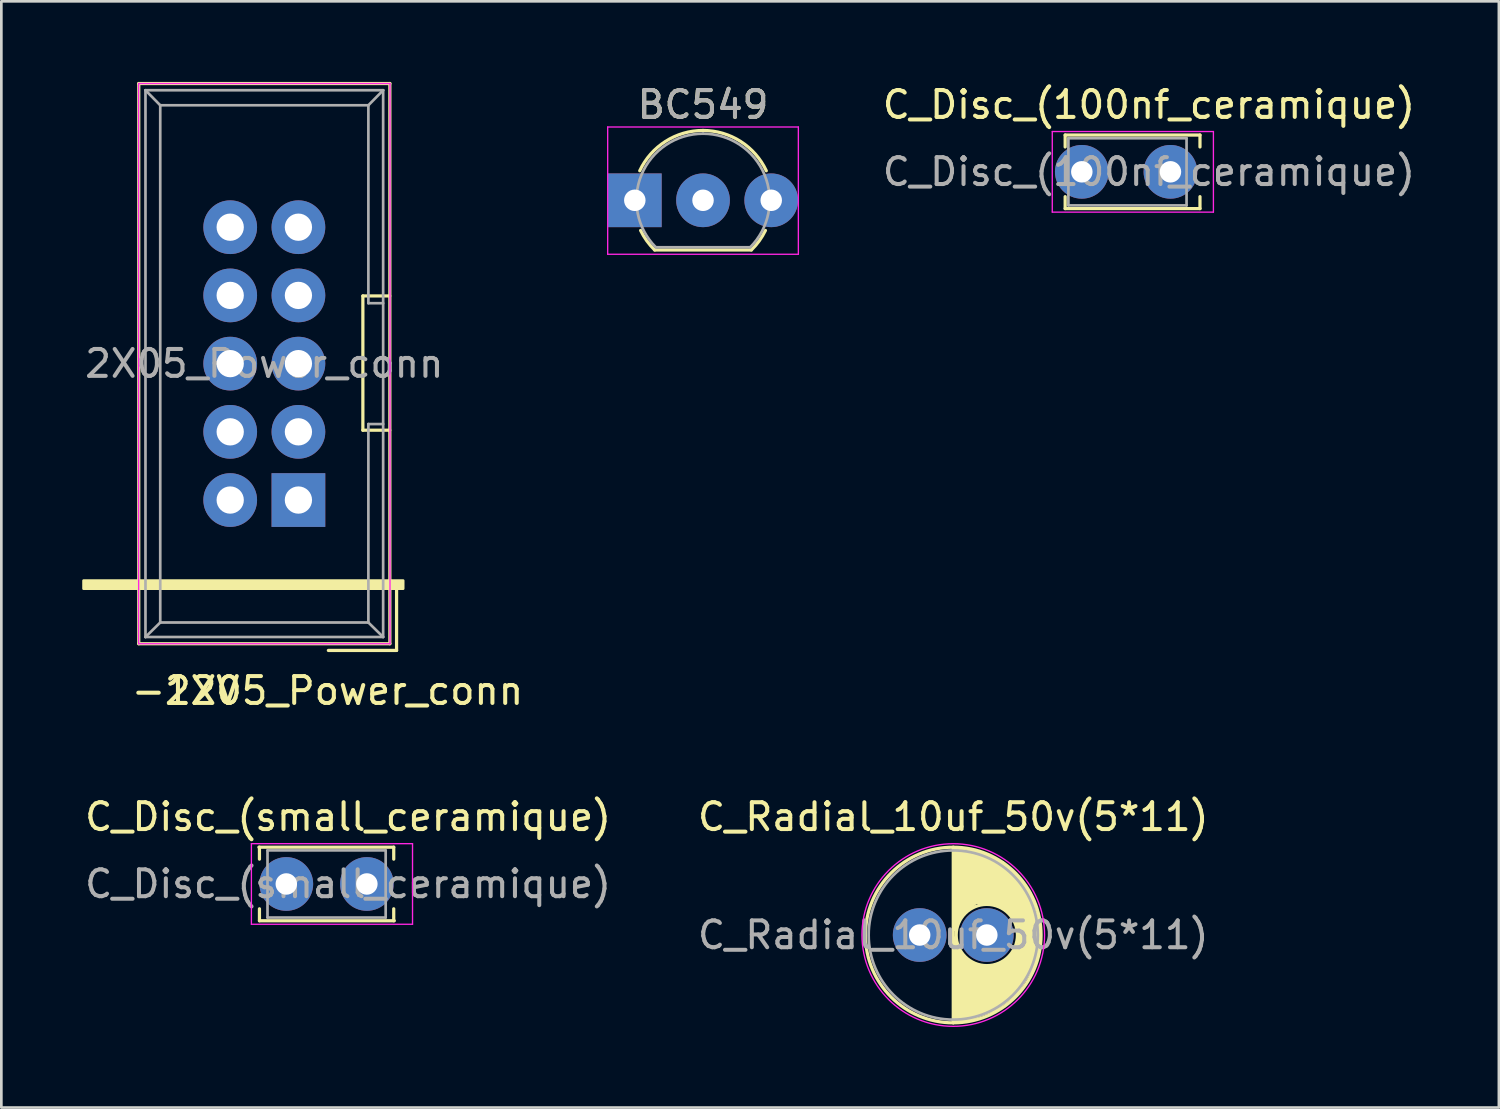
<source format=kicad_pcb>
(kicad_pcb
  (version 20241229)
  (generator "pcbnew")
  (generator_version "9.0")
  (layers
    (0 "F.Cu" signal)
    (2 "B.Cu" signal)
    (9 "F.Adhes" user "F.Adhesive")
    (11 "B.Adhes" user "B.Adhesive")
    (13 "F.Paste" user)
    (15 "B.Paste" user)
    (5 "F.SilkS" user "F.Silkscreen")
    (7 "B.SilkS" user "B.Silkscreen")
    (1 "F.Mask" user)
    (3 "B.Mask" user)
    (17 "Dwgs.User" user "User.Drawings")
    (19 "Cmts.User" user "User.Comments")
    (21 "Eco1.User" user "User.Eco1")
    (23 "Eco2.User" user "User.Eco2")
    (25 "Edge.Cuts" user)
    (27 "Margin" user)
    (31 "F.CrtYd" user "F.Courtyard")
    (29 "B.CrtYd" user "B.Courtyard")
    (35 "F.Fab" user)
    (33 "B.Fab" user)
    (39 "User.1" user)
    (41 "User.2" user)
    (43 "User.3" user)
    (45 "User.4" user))
  (footprint "2X05_Power_conn"
    (layer "F.Cu")
    (at 7.962 15.47)
    (property "Reference" "2X05_Power_conn" (at 1.8 7.2 180) (layer "F.SilkS") (effects (font (size 1 1) (thickness 0.15))))
    (attr through_hole)
    (fp_line (start -5.845 -15.41) (end 3.505 -15.41) (stroke (width 0.12) (type solid)) (layer "F.SilkS"))
    (fp_line (start -5.845 5.45) (end -5.845 -15.41) (stroke (width 0.12) (type solid)) (layer "F.SilkS"))
    (fp_line (start 2.5 -7.5) (end 2.5 -2.5) (stroke (width 0.12) (type solid)) (layer "F.SilkS"))
    (fp_line (start 2.5 -2.5) (end 3.5 -2.5) (stroke (width 0.12) (type solid)) (layer "F.SilkS"))
    (fp_line (start 3.5 -7.5) (end 2.5 -7.5) (stroke (width 0.12) (type solid)) (layer "F.SilkS"))
    (fp_line (start 3.505 -15.41) (end 3.505 5.45) (stroke (width 0.12) (type solid)) (layer "F.SilkS"))
    (fp_line (start 3.505 5.45) (end -5.845 5.45) (stroke (width 0.12) (type solid)) (layer "F.SilkS"))
    (fp_line (start 3.755 5.7) (end 1.215 5.7) (stroke (width 0.12) (type solid)) (layer "F.SilkS"))
    (fp_line (start 3.755 5.7) (end 3.755 3.16) (stroke (width 0.12) (type solid)) (layer "F.SilkS"))
    (fp_poly (pts (xy -7.9 3.1) (xy 4 3.1) (xy 4 3.4) (xy -7.9 3.4)) (stroke (width 0.1) (type solid)) (fill yes) (layer "F.SilkS"))
    (fp_line (start -5.85 -15.41) (end 3.51 -15.41) (stroke (width 0.05) (type solid)) (layer "F.CrtYd"))
    (fp_line (start -5.85 5.45) (end -5.85 -15.41) (stroke (width 0.05) (type solid)) (layer "F.CrtYd"))
    (fp_line (start 3.51 -15.41) (end 3.51 5.45) (stroke (width 0.05) (type solid)) (layer "F.CrtYd"))
    (fp_line (start 3.51 5.45) (end -5.85 5.45) (stroke (width 0.05) (type solid)) (layer "F.CrtYd"))
    (fp_line (start -5.595 -15.16) (end -5.045 -14.6) (stroke (width 0.1) (type solid)) (layer "F.Fab"))
    (fp_line (start -5.595 -15.16) (end 3.255 -15.16) (stroke (width 0.1) (type solid)) (layer "F.Fab"))
    (fp_line (start -5.595 5.2) (end -5.595 -15.16) (stroke (width 0.1) (type solid)) (layer "F.Fab"))
    (fp_line (start -5.595 5.2) (end -5.045 4.66) (stroke (width 0.1) (type solid)) (layer "F.Fab"))
    (fp_line (start -5.595 5.2) (end 3.255 5.2) (stroke (width 0.1) (type solid)) (layer "F.Fab"))
    (fp_line (start -5.045 -14.6) (end 2.705 -14.6) (stroke (width 0.1) (type solid)) (layer "F.Fab"))
    (fp_line (start -5.045 4.66) (end -5.045 -14.6) (stroke (width 0.1) (type solid)) (layer "F.Fab"))
    (fp_line (start -5.045 4.66) (end 2.705 4.66) (stroke (width 0.1) (type solid)) (layer "F.Fab"))
    (fp_line (start 2.705 -7.23) (end 2.705 -14.6) (stroke (width 0.1) (type solid)) (layer "F.Fab"))
    (fp_line (start 2.705 -7.23) (end 3.255 -7.23) (stroke (width 0.1) (type solid)) (layer "F.Fab"))
    (fp_line (start 2.705 -2.73) (end 3.255 -2.73) (stroke (width 0.1) (type solid)) (layer "F.Fab"))
    (fp_line (start 2.705 4.66) (end 2.705 -2.73) (stroke (width 0.1) (type solid)) (layer "F.Fab"))
    (fp_line (start 3.255 -15.16) (end 2.705 -14.6) (stroke (width 0.1) (type solid)) (layer "F.Fab"))
    (fp_line (start 3.255 5.2) (end 2.705 4.66) (stroke (width 0.1) (type solid)) (layer "F.Fab"))
    (fp_line (start 3.255 5.2) (end 3.255 -15.16) (stroke (width 0.1) (type solid)) (layer "F.Fab"))
    (fp_text user "-12V" (at -4.1 7.2 0) (layer "F.SilkS") (effects (font (size 1 1) (thickness 0.15))))
    (fp_text user "${REFERENCE}" (at -1.17 -4.98 180) (layer "F.Fab") (effects (font (size 1 1) (thickness 0.15))))
    (pad "1" thru_hole rect (at 0.1 0.1 180) (size 2 2) (drill 1.016) (layers "*.Cu" "*.Mask"))
    (pad "2" thru_hole circle (at -2.44 0.1 180) (size 2 2) (drill 1.016) (layers "*.Cu" "*.Mask"))
    (pad "3" thru_hole circle (at 0.1 -2.44 180) (size 2 2) (drill 1.016) (layers "*.Cu" "*.Mask"))
    (pad "4" thru_hole circle (at -2.44 -2.44 180) (size 2 2) (drill 1.016) (layers "*.Cu" "*.Mask"))
    (pad "5" thru_hole circle (at 0.1 -4.98 180) (size 2 2) (drill 1.016) (layers "*.Cu" "*.Mask"))
    (pad "6" thru_hole circle (at -2.44 -4.98 180) (size 2 2) (drill 1.016) (layers "*.Cu" "*.Mask"))
    (pad "7" thru_hole circle (at 0.1 -7.52 180) (size 2 2) (drill 1.016) (layers "*.Cu" "*.Mask"))
    (pad "8" thru_hole circle (at -2.44 -7.52 180) (size 2 2) (drill 1.016) (layers "*.Cu" "*.Mask"))
    (pad "9" thru_hole circle (at 0.1 -10.06 180) (size 2 2) (drill 1.016) (layers "*.Cu" "*.Mask"))
    (pad "10" thru_hole circle (at -2.44 -10.06 180) (size 2 2) (drill 1.016) (layers "*.Cu" "*.Mask")))
  (footprint "C_Disc_(small_ceramique)"
    (layer "F.Cu")
    (at 7.411 29.866)
    (property "Reference" "C_Disc_(small_ceramique)" (at 2.5 -2.5 0) (layer "F.SilkS") (effects (font (size 1 1) (thickness 0.15))))
    (attr through_hole)
    (fp_line (start -0.82 -1.37) (end 4.2 -1.37) (stroke (width 0.12) (type solid)) (layer "F.SilkS"))
    (fp_line (start -0.8 -1.37) (end -0.8 -0.925) (stroke (width 0.12) (type solid)) (layer "F.SilkS"))
    (fp_line (start -0.8 0.925) (end -0.8 1.37) (stroke (width 0.12) (type solid)) (layer "F.SilkS"))
    (fp_line (start -0.8 1.37) (end 4.22 1.37) (stroke (width 0.12) (type solid)) (layer "F.SilkS"))
    (fp_line (start 4.2 -1.37) (end 4.2 -0.925) (stroke (width 0.12) (type solid)) (layer "F.SilkS"))
    (fp_line (start 4.2 0.925) (end 4.2 1.37) (stroke (width 0.12) (type solid)) (layer "F.SilkS"))
    (fp_line (start -1.1 -1.5) (end -1.1 1.5) (stroke (width 0.05) (type solid)) (layer "F.CrtYd"))
    (fp_line (start -1.1 1.5) (end 4.9 1.5) (stroke (width 0.05) (type solid)) (layer "F.CrtYd"))
    (fp_line (start 4.9 -1.5) (end -1.1 -1.5) (stroke (width 0.05) (type solid)) (layer "F.CrtYd"))
    (fp_line (start 4.9 1.5) (end 4.9 -1.5) (stroke (width 0.05) (type solid)) (layer "F.CrtYd"))
    (fp_line (start -0.5 -1.25) (end -0.5 1.25) (stroke (width 0.1) (type solid)) (layer "F.Fab"))
    (fp_line (start -0.5 1.25) (end 3.9 1.25) (stroke (width 0.1) (type solid)) (layer "F.Fab"))
    (fp_line (start 3.9 -1.25) (end -0.5 -1.25) (stroke (width 0.1) (type solid)) (layer "F.Fab"))
    (fp_line (start 3.9 1.25) (end 3.9 -1.25) (stroke (width 0.1) (type solid)) (layer "F.Fab"))
    (fp_text user "${REFERENCE}" (at 2.5 0 0) (layer "F.Fab") (effects (font (size 1 1) (thickness 0.15))))
    (pad "1" thru_hole circle (at 0.2 0) (size 2 2) (drill 0.8) (layers "*.Cu" "*.Mask"))
    (pad "2" thru_hole circle (at 3.2 0) (size 2 2) (drill 0.8) (layers "*.Cu" "*.Mask")))
  (footprint "BC549"
    (layer "F.Cu")
    (at 20.588 4.408)
    (property "Reference" "BC549" (at 2.54 -3.56 0) (layer "F.SilkS") (effects (font (size 1 1) (thickness 0.15))))
    (attr through_hole)
    (fp_line (start 0.74 1.85) (end 4.34 1.85) (stroke (width 0.12) (type solid)) (layer "F.SilkS"))
    (fp_arc (start 0.1836 -1.098807) (mid 1.143021 -2.192817) (end 2.54 -2.6) (stroke (width 0.12) (type solid)) (layer "F.SilkS"))
    (fp_arc (start 0.74 1.85) (mid 0.446097 1.509328) (end 0.215816 1.122795) (stroke (width 0.12) (type solid)) (layer "F.SilkS"))
    (fp_arc (start 2.54 -2.6) (mid 3.936979 -2.192818) (end 4.8964 -1.098807) (stroke (width 0.12) (type solid)) (layer "F.SilkS"))
    (fp_arc (start 4.864184 1.122795) (mid 4.633903 1.509328) (end 4.34 1.85) (stroke (width 0.12) (type solid)) (layer "F.SilkS"))
    (fp_line (start -1.01 -2.73) (end -1.01 2.01) (stroke (width 0.05) (type solid)) (layer "F.CrtYd"))
    (fp_line (start -1.01 -2.73) (end 6.09 -2.73) (stroke (width 0.05) (type solid)) (layer "F.CrtYd"))
    (fp_line (start 6.09 2.01) (end -1.01 2.01) (stroke (width 0.05) (type solid)) (layer "F.CrtYd"))
    (fp_line (start 6.09 2.01) (end 6.09 -2.73) (stroke (width 0.05) (type solid)) (layer "F.CrtYd"))
    (fp_line (start 0.8 1.75) (end 4.3 1.75) (stroke (width 0.1) (type solid)) (layer "F.Fab"))
    (fp_arc (start 0.786375 1.753625) (mid 0.248779 -0.949055) (end 2.54 -2.48) (stroke (width 0.1) (type solid)) (layer "F.Fab"))
    (fp_arc (start 2.54 -2.48) (mid 4.831221 -0.949055) (end 4.293625 1.753625) (stroke (width 0.1) (type solid)) (layer "F.Fab"))
    (fp_text user "${REFERENCE}" (at 2.54 -3.56 0) (layer "F.Fab") (effects (font (size 1 1) (thickness 0.15))))
    (pad "1" thru_hole circle (at 5.08 0 90) (size 2 2) (drill 0.8) (layers "*.Cu" "*.Mask"))
    (pad "2" thru_hole circle (at 2.54 0 90) (size 2 2) (drill 0.8) (layers "*.Cu" "*.Mask"))
    (pad "3" thru_hole rect (at 0 0 90) (size 2 2) (drill 0.8) (layers "*.Cu" "*.Mask")))
  (footprint "C_Radial_10uf_50v(5*11)"
    (layer "F.Cu")
    (at 31.196 31.767)
    (property "Reference" "C_Radial_10uf_50v(5*11)" (at 1.25 -4.4 0) (layer "F.SilkS") (effects (font (size 1 1) (thickness 0.15))))
    (attr through_hole)
    (fp_line (start 1.25 -3.27) (end 1.25 3.27) (stroke (width 0.12) (type solid)) (layer "F.SilkS"))
    (fp_circle (center 1.25 0) (end 4.52 0) (stroke (width 0.12) (type solid)) (fill no) (layer "F.SilkS"))
    (fp_circle (center 2.5 0) (end 1.8 -0.9) (stroke (width 0.12) (type solid)) (fill no) (layer "F.SilkS"))
    (fp_poly (pts (xy 2.1 -3.1) (xy 3.1 -2.7) (xy 4.1 -1.6) (xy 4.5 -0.2) (xy 4.3 1.1) (xy 3.6 2.2) (xy 2.8 2.8) (xy 2 3.1) (xy 1.25 3.27) (xy 1.3 0.1) (xy 1.4 0.5) (xy 1.6 0.8) (xy 2 1.1) (xy 2.5 1.2) (xy 3 1.1) (xy 3.4 0.8) (xy 3.7 0.3) (xy 3.7 -0.3) (xy 3.3 -0.9) (xy 2.8 -1.2) (xy 2.1 -1.2) (xy 1.6 -0.8) (xy 1.3 -0.2) (xy 1.3 -3.2)) (stroke (width 0.1) (type solid)) (fill yes) (layer "F.SilkS"))
    (fp_circle (center 1.25 0) (end 4.65 0) (stroke (width 0.05) (type solid)) (fill no) (layer "F.CrtYd"))
    (fp_circle (center 1.25 0) (end 4.4 0) (stroke (width 0.1) (type solid)) (fill no) (layer "F.Fab"))
    (fp_text user "${REFERENCE}" (at 1.25 0 0) (layer "F.Fab") (effects (font (size 1 1) (thickness 0.15))))
    (pad "1" thru_hole circle (at 0 0) (size 2 2) (drill 0.8) (layers "*.Cu" "*.Mask"))
    (pad "2" thru_hole circle (at 2.5 0) (size 2 2) (drill 0.8) (layers "*.Cu" "*.Mask")))
  (footprint "C_Disc_(100nf_ceramique)"
    (layer "F.Cu")
    (at 37.233 3.348)
    (property "Reference" "C_Disc_(100nf_ceramique)" (at 2.5 -2.5 0) (layer "F.SilkS") (effects (font (size 1 1) (thickness 0.15))))
    (attr through_hole)
    (fp_line (start -0.62 -1.37) (end -0.62 -0.925) (stroke (width 0.12) (type solid)) (layer "F.SilkS"))
    (fp_line (start -0.62 -1.37) (end 4.4 -1.37) (stroke (width 0.12) (type solid)) (layer "F.SilkS"))
    (fp_line (start -0.62 0.925) (end -0.62 1.37) (stroke (width 0.12) (type solid)) (layer "F.SilkS"))
    (fp_line (start -0.62 1.37) (end 4.4 1.37) (stroke (width 0.12) (type solid)) (layer "F.SilkS"))
    (fp_line (start 4.4 -1.37) (end 4.4 -0.925) (stroke (width 0.12) (type solid)) (layer "F.SilkS"))
    (fp_line (start 4.4 0.925) (end 4.4 1.37) (stroke (width 0.12) (type solid)) (layer "F.SilkS"))
    (fp_line (start -1.1 -1.5) (end -1.1 1.5) (stroke (width 0.05) (type solid)) (layer "F.CrtYd"))
    (fp_line (start -1.1 1.5) (end 4.9 1.5) (stroke (width 0.05) (type solid)) (layer "F.CrtYd"))
    (fp_line (start 4.9 -1.5) (end -1.1 -1.5) (stroke (width 0.05) (type solid)) (layer "F.CrtYd"))
    (fp_line (start 4.9 1.5) (end 4.9 -1.5) (stroke (width 0.05) (type solid)) (layer "F.CrtYd"))
    (fp_line (start -0.5 -1.25) (end -0.5 1.25) (stroke (width 0.1) (type solid)) (layer "F.Fab"))
    (fp_line (start -0.5 1.25) (end 3.9 1.25) (stroke (width 0.1) (type solid)) (layer "F.Fab"))
    (fp_line (start 3.9 -1.25) (end -0.5 -1.25) (stroke (width 0.1) (type solid)) (layer "F.Fab"))
    (fp_line (start 3.9 1.25) (end 3.9 -1.25) (stroke (width 0.1) (type solid)) (layer "F.Fab"))
    (fp_text user "${REFERENCE}" (at 2.5 0 0) (layer "F.Fab") (effects (font (size 1 1) (thickness 0.15))))
    (pad "1" thru_hole circle (at 0 0) (size 2 2) (drill 0.8) (layers "*.Cu" "*.Mask"))
    (pad "2" thru_hole circle (at 3.3 0) (size 2 2) (drill 0.8) (layers "*.Cu" "*.Mask")))
  (gr_rect
    (start -3 -3)
    (end 52.763 38.191)
    (stroke (width 0.1) (type default))
    (fill no)
    (layer "Edge.Cuts")))
</source>
